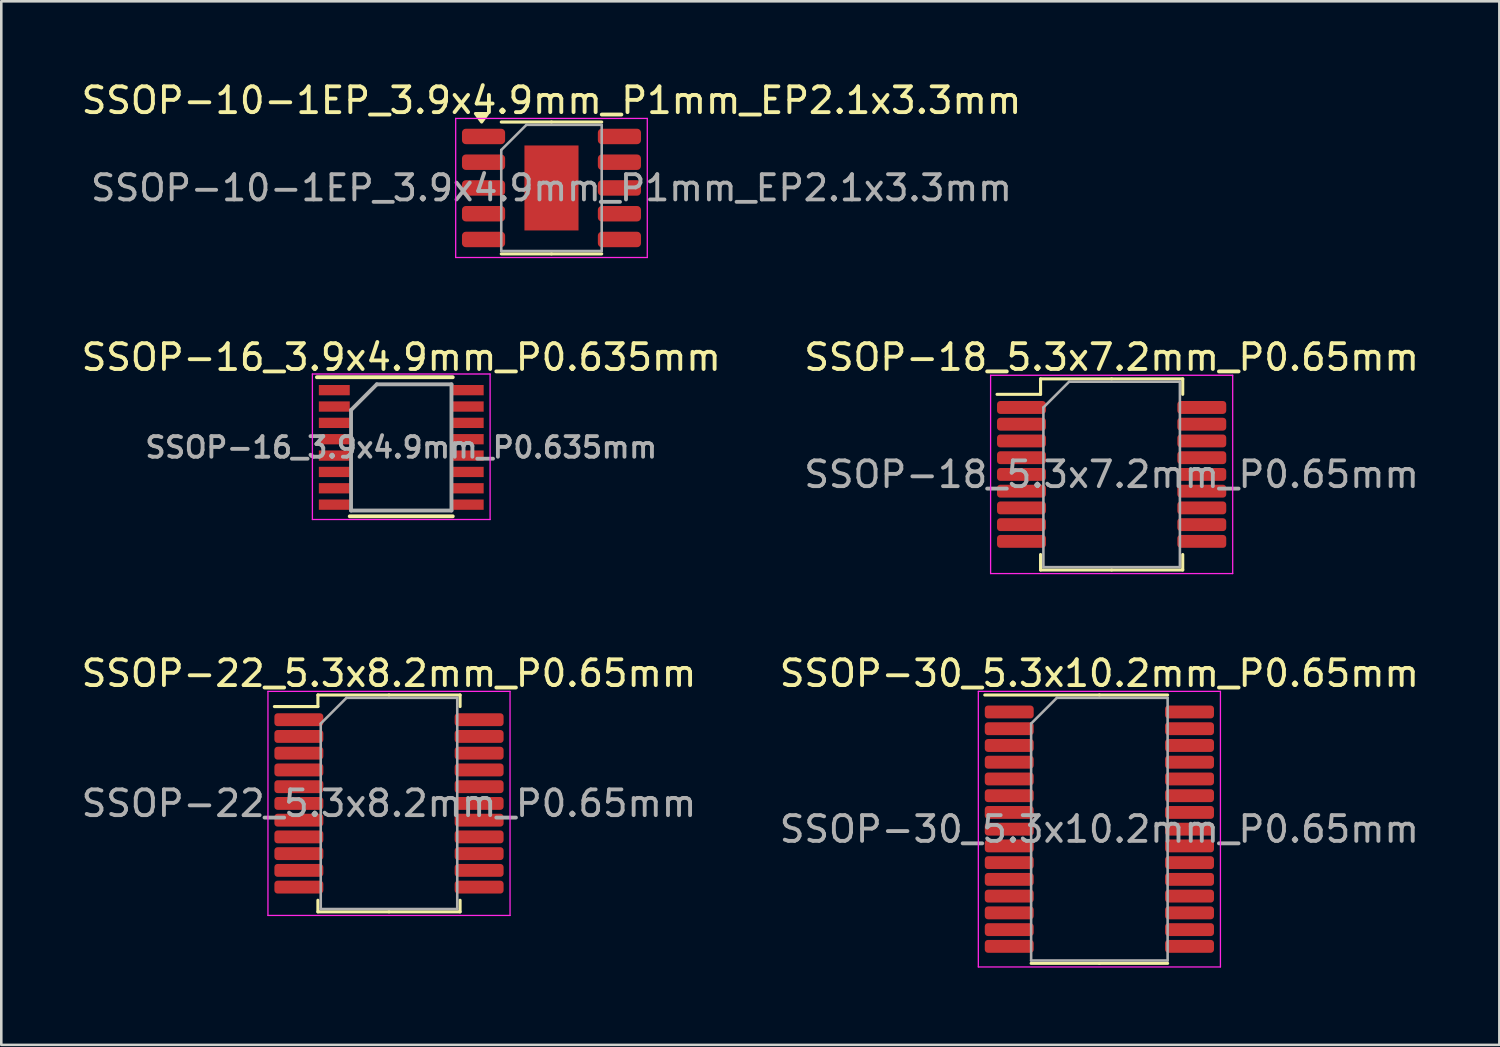
<source format=kicad_pcb>
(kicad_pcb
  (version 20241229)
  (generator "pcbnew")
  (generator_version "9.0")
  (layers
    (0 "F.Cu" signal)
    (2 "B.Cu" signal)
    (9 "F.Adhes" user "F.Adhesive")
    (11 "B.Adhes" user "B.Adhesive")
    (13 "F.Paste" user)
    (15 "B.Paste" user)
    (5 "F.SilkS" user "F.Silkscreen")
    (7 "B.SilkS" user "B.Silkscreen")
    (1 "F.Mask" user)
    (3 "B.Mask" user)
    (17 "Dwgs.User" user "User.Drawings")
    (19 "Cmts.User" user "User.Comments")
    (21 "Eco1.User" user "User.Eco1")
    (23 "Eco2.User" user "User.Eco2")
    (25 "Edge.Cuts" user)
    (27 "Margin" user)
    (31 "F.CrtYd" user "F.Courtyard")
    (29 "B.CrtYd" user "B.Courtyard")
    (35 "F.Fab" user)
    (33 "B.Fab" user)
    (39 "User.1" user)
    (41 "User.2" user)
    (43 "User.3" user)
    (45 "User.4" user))
  (footprint "SSOP-30_5.3x10.2mm_P0.65mm"
    (layer "F.Cu")
    (at 39.637 29.145)
    (property "Reference" "SSOP-30_5.3x10.2mm_P0.65mm" (at 0 -6.05 0) (layer "F.SilkS") (effects (font (size 1 1) (thickness 0.15))))
    (attr smd)
    (fp_line (start 0 -5.21) (end -4.45 -5.21) (stroke (width 0.12) (type solid)) (layer "F.SilkS"))
    (fp_line (start 0 -5.21) (end 2.65 -5.21) (stroke (width 0.12) (type solid)) (layer "F.SilkS"))
    (fp_line (start 0 5.21) (end -2.65 5.21) (stroke (width 0.12) (type solid)) (layer "F.SilkS"))
    (fp_line (start 0 5.21) (end 2.65 5.21) (stroke (width 0.12) (type solid)) (layer "F.SilkS"))
    (fp_line (start -4.7 -5.35) (end -4.7 5.35) (stroke (width 0.05) (type solid)) (layer "F.CrtYd"))
    (fp_line (start -4.7 5.35) (end 4.7 5.35) (stroke (width 0.05) (type solid)) (layer "F.CrtYd"))
    (fp_line (start 4.7 -5.35) (end -4.7 -5.35) (stroke (width 0.05) (type solid)) (layer "F.CrtYd"))
    (fp_line (start 4.7 5.35) (end 4.7 -5.35) (stroke (width 0.05) (type solid)) (layer "F.CrtYd"))
    (fp_line (start -2.65 -4.1) (end -1.65 -5.1) (stroke (width 0.1) (type solid)) (layer "F.Fab"))
    (fp_line (start -2.65 5.1) (end -2.65 -4.1) (stroke (width 0.1) (type solid)) (layer "F.Fab"))
    (fp_line (start -1.65 -5.1) (end 2.65 -5.1) (stroke (width 0.1) (type solid)) (layer "F.Fab"))
    (fp_line (start 2.65 -5.1) (end 2.65 5.1) (stroke (width 0.1) (type solid)) (layer "F.Fab"))
    (fp_line (start 2.65 5.1) (end -2.65 5.1) (stroke (width 0.1) (type solid)) (layer "F.Fab"))
    (fp_text user "${REFERENCE}" (at 0 0 0) (layer "F.Fab") (effects (font (size 1 1) (thickness 0.15))))
    (pad "1" smd roundrect (at -3.5 -4.55) (size 1.9 0.5) (layers "F.Cu" "F.Mask" "F.Paste") (roundrect_rratio 0.25))
    (pad "2" smd roundrect (at -3.5 -3.9) (size 1.9 0.5) (layers "F.Cu" "F.Mask" "F.Paste") (roundrect_rratio 0.25))
    (pad "3" smd roundrect (at -3.5 -3.25) (size 1.9 0.5) (layers "F.Cu" "F.Mask" "F.Paste") (roundrect_rratio 0.25))
    (pad "4" smd roundrect (at -3.5 -2.6) (size 1.9 0.5) (layers "F.Cu" "F.Mask" "F.Paste") (roundrect_rratio 0.25))
    (pad "5" smd roundrect (at -3.5 -1.95) (size 1.9 0.5) (layers "F.Cu" "F.Mask" "F.Paste") (roundrect_rratio 0.25))
    (pad "6" smd roundrect (at -3.5 -1.3) (size 1.9 0.5) (layers "F.Cu" "F.Mask" "F.Paste") (roundrect_rratio 0.25))
    (pad "7" smd roundrect (at -3.5 -0.65) (size 1.9 0.5) (layers "F.Cu" "F.Mask" "F.Paste") (roundrect_rratio 0.25))
    (pad "8" smd roundrect (at -3.5 0) (size 1.9 0.5) (layers "F.Cu" "F.Mask" "F.Paste") (roundrect_rratio 0.25))
    (pad "9" smd roundrect (at -3.5 0.65) (size 1.9 0.5) (layers "F.Cu" "F.Mask" "F.Paste") (roundrect_rratio 0.25))
    (pad "10" smd roundrect (at -3.5 1.3) (size 1.9 0.5) (layers "F.Cu" "F.Mask" "F.Paste") (roundrect_rratio 0.25))
    (pad "11" smd roundrect (at -3.5 1.95) (size 1.9 0.5) (layers "F.Cu" "F.Mask" "F.Paste") (roundrect_rratio 0.25))
    (pad "12" smd roundrect (at -3.5 2.6) (size 1.9 0.5) (layers "F.Cu" "F.Mask" "F.Paste") (roundrect_rratio 0.25))
    (pad "13" smd roundrect (at -3.5 3.25) (size 1.9 0.5) (layers "F.Cu" "F.Mask" "F.Paste") (roundrect_rratio 0.25))
    (pad "14" smd roundrect (at -3.5 3.9) (size 1.9 0.5) (layers "F.Cu" "F.Mask" "F.Paste") (roundrect_rratio 0.25))
    (pad "15" smd roundrect (at -3.5 4.55) (size 1.9 0.5) (layers "F.Cu" "F.Mask" "F.Paste") (roundrect_rratio 0.25))
    (pad "16" smd roundrect (at 3.5 4.55) (size 1.9 0.5) (layers "F.Cu" "F.Mask" "F.Paste") (roundrect_rratio 0.25))
    (pad "17" smd roundrect (at 3.5 3.9) (size 1.9 0.5) (layers "F.Cu" "F.Mask" "F.Paste") (roundrect_rratio 0.25))
    (pad "18" smd roundrect (at 3.5 3.25) (size 1.9 0.5) (layers "F.Cu" "F.Mask" "F.Paste") (roundrect_rratio 0.25))
    (pad "19" smd roundrect (at 3.5 2.6) (size 1.9 0.5) (layers "F.Cu" "F.Mask" "F.Paste") (roundrect_rratio 0.25))
    (pad "20" smd roundrect (at 3.5 1.95) (size 1.9 0.5) (layers "F.Cu" "F.Mask" "F.Paste") (roundrect_rratio 0.25))
    (pad "21" smd roundrect (at 3.5 1.3) (size 1.9 0.5) (layers "F.Cu" "F.Mask" "F.Paste") (roundrect_rratio 0.25))
    (pad "22" smd roundrect (at 3.5 0.65) (size 1.9 0.5) (layers "F.Cu" "F.Mask" "F.Paste") (roundrect_rratio 0.25))
    (pad "23" smd roundrect (at 3.5 0) (size 1.9 0.5) (layers "F.Cu" "F.Mask" "F.Paste") (roundrect_rratio 0.25))
    (pad "24" smd roundrect (at 3.5 -0.65) (size 1.9 0.5) (layers "F.Cu" "F.Mask" "F.Paste") (roundrect_rratio 0.25))
    (pad "25" smd roundrect (at 3.5 -1.3) (size 1.9 0.5) (layers "F.Cu" "F.Mask" "F.Paste") (roundrect_rratio 0.25))
    (pad "26" smd roundrect (at 3.5 -1.95) (size 1.9 0.5) (layers "F.Cu" "F.Mask" "F.Paste") (roundrect_rratio 0.25))
    (pad "27" smd roundrect (at 3.5 -2.6) (size 1.9 0.5) (layers "F.Cu" "F.Mask" "F.Paste") (roundrect_rratio 0.25))
    (pad "28" smd roundrect (at 3.5 -3.25) (size 1.9 0.5) (layers "F.Cu" "F.Mask" "F.Paste") (roundrect_rratio 0.25))
    (pad "29" smd roundrect (at 3.5 -3.9) (size 1.9 0.5) (layers "F.Cu" "F.Mask" "F.Paste") (roundrect_rratio 0.25))
    (pad "30" smd roundrect (at 3.5 -4.55) (size 1.9 0.5) (layers "F.Cu" "F.Mask" "F.Paste") (roundrect_rratio 0.25)))
  (footprint "SSOP-18_5.3x7.2mm_P0.65mm"
    (layer "F.Cu")
    (at 40.113 15.371)
    (property "Reference" "SSOP-18_5.3x7.2mm_P0.65mm" (at 0 -4.55 0) (layer "F.SilkS") (effects (font (size 1 1) (thickness 0.15))))
    (attr smd)
    (fp_line (start -2.76 -3.71) (end -2.76 -3.11) (stroke (width 0.12) (type solid)) (layer "F.SilkS"))
    (fp_line (start -2.76 -3.11) (end -4.45 -3.11) (stroke (width 0.12) (type solid)) (layer "F.SilkS"))
    (fp_line (start -2.76 3.71) (end -2.76 3.11) (stroke (width 0.12) (type solid)) (layer "F.SilkS"))
    (fp_line (start 0 -3.71) (end -2.76 -3.71) (stroke (width 0.12) (type solid)) (layer "F.SilkS"))
    (fp_line (start 0 -3.71) (end 2.76 -3.71) (stroke (width 0.12) (type solid)) (layer "F.SilkS"))
    (fp_line (start 0 3.71) (end -2.76 3.71) (stroke (width 0.12) (type solid)) (layer "F.SilkS"))
    (fp_line (start 0 3.71) (end 2.76 3.71) (stroke (width 0.12) (type solid)) (layer "F.SilkS"))
    (fp_line (start 2.76 -3.71) (end 2.76 -3.11) (stroke (width 0.12) (type solid)) (layer "F.SilkS"))
    (fp_line (start 2.76 3.71) (end 2.76 3.11) (stroke (width 0.12) (type solid)) (layer "F.SilkS"))
    (fp_line (start -4.7 -3.85) (end -4.7 3.85) (stroke (width 0.05) (type solid)) (layer "F.CrtYd"))
    (fp_line (start -4.7 3.85) (end 4.7 3.85) (stroke (width 0.05) (type solid)) (layer "F.CrtYd"))
    (fp_line (start 4.7 -3.85) (end -4.7 -3.85) (stroke (width 0.05) (type solid)) (layer "F.CrtYd"))
    (fp_line (start 4.7 3.85) (end 4.7 -3.85) (stroke (width 0.05) (type solid)) (layer "F.CrtYd"))
    (fp_line (start -2.65 -2.6) (end -1.65 -3.6) (stroke (width 0.1) (type solid)) (layer "F.Fab"))
    (fp_line (start -2.65 3.6) (end -2.65 -2.6) (stroke (width 0.1) (type solid)) (layer "F.Fab"))
    (fp_line (start -1.65 -3.6) (end 2.65 -3.6) (stroke (width 0.1) (type solid)) (layer "F.Fab"))
    (fp_line (start 2.65 -3.6) (end 2.65 3.6) (stroke (width 0.1) (type solid)) (layer "F.Fab"))
    (fp_line (start 2.65 3.6) (end -2.65 3.6) (stroke (width 0.1) (type solid)) (layer "F.Fab"))
    (fp_text user "${REFERENCE}" (at 0 0 0) (layer "F.Fab") (effects (font (size 1 1) (thickness 0.15))))
    (pad "1" smd roundrect (at -3.5 -2.6) (size 1.9 0.5) (layers "F.Cu" "F.Mask" "F.Paste") (roundrect_rratio 0.25))
    (pad "2" smd roundrect (at -3.5 -1.95) (size 1.9 0.5) (layers "F.Cu" "F.Mask" "F.Paste") (roundrect_rratio 0.25))
    (pad "3" smd roundrect (at -3.5 -1.3) (size 1.9 0.5) (layers "F.Cu" "F.Mask" "F.Paste") (roundrect_rratio 0.25))
    (pad "4" smd roundrect (at -3.5 -0.65) (size 1.9 0.5) (layers "F.Cu" "F.Mask" "F.Paste") (roundrect_rratio 0.25))
    (pad "5" smd roundrect (at -3.5 0) (size 1.9 0.5) (layers "F.Cu" "F.Mask" "F.Paste") (roundrect_rratio 0.25))
    (pad "6" smd roundrect (at -3.5 0.65) (size 1.9 0.5) (layers "F.Cu" "F.Mask" "F.Paste") (roundrect_rratio 0.25))
    (pad "7" smd roundrect (at -3.5 1.3) (size 1.9 0.5) (layers "F.Cu" "F.Mask" "F.Paste") (roundrect_rratio 0.25))
    (pad "8" smd roundrect (at -3.5 1.95) (size 1.9 0.5) (layers "F.Cu" "F.Mask" "F.Paste") (roundrect_rratio 0.25))
    (pad "9" smd roundrect (at -3.5 2.6) (size 1.9 0.5) (layers "F.Cu" "F.Mask" "F.Paste") (roundrect_rratio 0.25))
    (pad "10" smd roundrect (at 3.5 2.6) (size 1.9 0.5) (layers "F.Cu" "F.Mask" "F.Paste") (roundrect_rratio 0.25))
    (pad "11" smd roundrect (at 3.5 1.95) (size 1.9 0.5) (layers "F.Cu" "F.Mask" "F.Paste") (roundrect_rratio 0.25))
    (pad "12" smd roundrect (at 3.5 1.3) (size 1.9 0.5) (layers "F.Cu" "F.Mask" "F.Paste") (roundrect_rratio 0.25))
    (pad "13" smd roundrect (at 3.5 0.65) (size 1.9 0.5) (layers "F.Cu" "F.Mask" "F.Paste") (roundrect_rratio 0.25))
    (pad "14" smd roundrect (at 3.5 0) (size 1.9 0.5) (layers "F.Cu" "F.Mask" "F.Paste") (roundrect_rratio 0.25))
    (pad "15" smd roundrect (at 3.5 -0.65) (size 1.9 0.5) (layers "F.Cu" "F.Mask" "F.Paste") (roundrect_rratio 0.25))
    (pad "16" smd roundrect (at 3.5 -1.3) (size 1.9 0.5) (layers "F.Cu" "F.Mask" "F.Paste") (roundrect_rratio 0.25))
    (pad "17" smd roundrect (at 3.5 -1.95) (size 1.9 0.5) (layers "F.Cu" "F.Mask" "F.Paste") (roundrect_rratio 0.25))
    (pad "18" smd roundrect (at 3.5 -2.6) (size 1.9 0.5) (layers "F.Cu" "F.Mask" "F.Paste") (roundrect_rratio 0.25)))
  (footprint "SSOP-16_3.9x4.9mm_P0.635mm"
    (layer "F.Cu")
    (at 12.53 14.322)
    (property "Reference" "SSOP-16_3.9x4.9mm_P0.635mm" (at 0 -3.5 0) (layer "F.SilkS") (effects (font (size 1 1) (thickness 0.15))))
    (attr smd)
    (fp_line (start -3.275 -2.725) (end 2 -2.725) (stroke (width 0.15) (type solid)) (layer "F.SilkS"))
    (fp_line (start -2 2.675) (end 2 2.675) (stroke (width 0.15) (type solid)) (layer "F.SilkS"))
    (fp_line (start -3.45 -2.85) (end -3.45 2.8) (stroke (width 0.05) (type solid)) (layer "F.CrtYd"))
    (fp_line (start -3.45 -2.85) (end 3.45 -2.85) (stroke (width 0.05) (type solid)) (layer "F.CrtYd"))
    (fp_line (start -3.45 2.8) (end 3.45 2.8) (stroke (width 0.05) (type solid)) (layer "F.CrtYd"))
    (fp_line (start 3.45 -2.85) (end 3.45 2.8) (stroke (width 0.05) (type solid)) (layer "F.CrtYd"))
    (fp_line (start -1.95 -1.45) (end -0.95 -2.45) (stroke (width 0.15) (type solid)) (layer "F.Fab"))
    (fp_line (start -1.95 2.45) (end -1.95 -1.45) (stroke (width 0.15) (type solid)) (layer "F.Fab"))
    (fp_line (start -0.95 -2.45) (end 1.95 -2.45) (stroke (width 0.15) (type solid)) (layer "F.Fab"))
    (fp_line (start 1.95 -2.45) (end 1.95 2.45) (stroke (width 0.15) (type solid)) (layer "F.Fab"))
    (fp_line (start 1.95 2.45) (end -1.95 2.45) (stroke (width 0.15) (type solid)) (layer "F.Fab"))
    (fp_text user "${REFERENCE}" (at 0 0 0) (layer "F.Fab") (effects (font (size 0.8 0.8) (thickness 0.15))))
    (pad "1" smd rect (at -2.6 -2.223) (size 1.2 0.4) (layers "F.Cu" "F.Mask" "F.Paste"))
    (pad "2" smd rect (at -2.6 -1.587) (size 1.2 0.4) (layers "F.Cu" "F.Mask" "F.Paste"))
    (pad "3" smd rect (at -2.6 -0.953) (size 1.2 0.4) (layers "F.Cu" "F.Mask" "F.Paste"))
    (pad "4" smd rect (at -2.6 -0.318) (size 1.2 0.4) (layers "F.Cu" "F.Mask" "F.Paste"))
    (pad "5" smd rect (at -2.6 0.318) (size 1.2 0.4) (layers "F.Cu" "F.Mask" "F.Paste"))
    (pad "6" smd rect (at -2.6 0.953) (size 1.2 0.4) (layers "F.Cu" "F.Mask" "F.Paste"))
    (pad "7" smd rect (at -2.6 1.587) (size 1.2 0.4) (layers "F.Cu" "F.Mask" "F.Paste"))
    (pad "8" smd rect (at -2.6 2.223) (size 1.2 0.4) (layers "F.Cu" "F.Mask" "F.Paste"))
    (pad "9" smd rect (at 2.6 2.223) (size 1.2 0.4) (layers "F.Cu" "F.Mask" "F.Paste"))
    (pad "10" smd rect (at 2.6 1.587) (size 1.2 0.4) (layers "F.Cu" "F.Mask" "F.Paste"))
    (pad "11" smd rect (at 2.6 0.953) (size 1.2 0.4) (layers "F.Cu" "F.Mask" "F.Paste"))
    (pad "12" smd rect (at 2.6 0.318) (size 1.2 0.4) (layers "F.Cu" "F.Mask" "F.Paste"))
    (pad "13" smd rect (at 2.6 -0.318) (size 1.2 0.4) (layers "F.Cu" "F.Mask" "F.Paste"))
    (pad "14" smd rect (at 2.6 -0.953) (size 1.2 0.4) (layers "F.Cu" "F.Mask" "F.Paste"))
    (pad "15" smd rect (at 2.6 -1.587) (size 1.2 0.4) (layers "F.Cu" "F.Mask" "F.Paste"))
    (pad "16" smd rect (at 2.6 -2.223) (size 1.2 0.4) (layers "F.Cu" "F.Mask" "F.Paste")))
  (footprint "SSOP-10-1EP_3.9x4.9mm_P1mm_EP2.1x3.3mm"
    (layer "F.Cu")
    (at 18.363 4.248)
    (property "Reference" "SSOP-10-1EP_3.9x4.9mm_P1mm_EP2.1x3.3mm" (at 0 -3.4 0) (layer "F.SilkS") (effects (font (size 1 1) (thickness 0.15))))
    (attr smd)
    (fp_line (start 0 -2.56) (end -1.95 -2.56) (stroke (width 0.12) (type solid)) (layer "F.SilkS"))
    (fp_line (start 0 -2.56) (end 1.95 -2.56) (stroke (width 0.12) (type solid)) (layer "F.SilkS"))
    (fp_line (start 0 2.56) (end -1.95 2.56) (stroke (width 0.12) (type solid)) (layer "F.SilkS"))
    (fp_line (start 0 2.56) (end 1.95 2.56) (stroke (width 0.12) (type solid)) (layer "F.SilkS"))
    (fp_poly (pts (xy -2.712 -2.56) (xy -2.953 -2.89) (xy -2.473 -2.89) (xy -2.712 -2.56)) (stroke (width 0.12) (type solid)) (fill yes) (layer "F.SilkS"))
    (fp_line (start -3.72 -2.7) (end -3.72 2.7) (stroke (width 0.05) (type solid)) (layer "F.CrtYd"))
    (fp_line (start -3.72 2.7) (end 3.72 2.7) (stroke (width 0.05) (type solid)) (layer "F.CrtYd"))
    (fp_line (start 3.72 -2.7) (end -3.72 -2.7) (stroke (width 0.05) (type solid)) (layer "F.CrtYd"))
    (fp_line (start 3.72 2.7) (end 3.72 -2.7) (stroke (width 0.05) (type solid)) (layer "F.CrtYd"))
    (fp_line (start -1.95 -1.475) (end -0.975 -2.45) (stroke (width 0.1) (type solid)) (layer "F.Fab"))
    (fp_line (start -1.95 2.45) (end -1.95 -1.475) (stroke (width 0.1) (type solid)) (layer "F.Fab"))
    (fp_line (start -0.975 -2.45) (end 1.95 -2.45) (stroke (width 0.1) (type solid)) (layer "F.Fab"))
    (fp_line (start 1.95 -2.45) (end 1.95 2.45) (stroke (width 0.1) (type solid)) (layer "F.Fab"))
    (fp_line (start 1.95 2.45) (end -1.95 2.45) (stroke (width 0.1) (type solid)) (layer "F.Fab"))
    (fp_text user "${REFERENCE}" (at 0 0 0) (layer "F.Fab") (effects (font (size 0.98 0.98) (thickness 0.15))))
    (pad "" smd roundrect (at 0 0) (size 1.69 2.66) (layers "F.Paste") (roundrect_rratio 0.148))
    (pad "1" smd roundrect (at -2.638 -2) (size 1.675 0.6) (layers "F.Cu" "F.Mask" "F.Paste") (roundrect_rratio 0.25))
    (pad "2" smd roundrect (at -2.638 -1) (size 1.675 0.6) (layers "F.Cu" "F.Mask" "F.Paste") (roundrect_rratio 0.25))
    (pad "3" smd roundrect (at -2.638 0) (size 1.675 0.6) (layers "F.Cu" "F.Mask" "F.Paste") (roundrect_rratio 0.25))
    (pad "4" smd roundrect (at -2.638 1) (size 1.675 0.6) (layers "F.Cu" "F.Mask" "F.Paste") (roundrect_rratio 0.25))
    (pad "5" smd roundrect (at -2.638 2) (size 1.675 0.6) (layers "F.Cu" "F.Mask" "F.Paste") (roundrect_rratio 0.25))
    (pad "6" smd roundrect (at 2.638 2) (size 1.675 0.6) (layers "F.Cu" "F.Mask" "F.Paste") (roundrect_rratio 0.25))
    (pad "7" smd roundrect (at 2.638 1) (size 1.675 0.6) (layers "F.Cu" "F.Mask" "F.Paste") (roundrect_rratio 0.25))
    (pad "8" smd roundrect (at 2.638 0) (size 1.675 0.6) (layers "F.Cu" "F.Mask" "F.Paste") (roundrect_rratio 0.25))
    (pad "9" smd roundrect (at 2.638 -1) (size 1.675 0.6) (layers "F.Cu" "F.Mask" "F.Paste") (roundrect_rratio 0.25))
    (pad "10" smd roundrect (at 2.638 -2) (size 1.675 0.6) (layers "F.Cu" "F.Mask" "F.Paste") (roundrect_rratio 0.25))
    (pad "11" smd rect (at 0 0) (size 2.1 3.3) (property pad_prop_heatsink) (layers "F.Cu" "F.Mask")))
  (footprint "SSOP-22_5.3x8.2mm_P0.65mm"
    (layer "F.Cu")
    (at 12.054 28.145)
    (property "Reference" "SSOP-22_5.3x8.2mm_P0.65mm" (at 0 -5.05 0) (layer "F.SilkS") (effects (font (size 1 1) (thickness 0.15))))
    (attr smd)
    (fp_line (start -2.76 -4.21) (end -2.76 -3.76) (stroke (width 0.12) (type solid)) (layer "F.SilkS"))
    (fp_line (start -2.76 -3.76) (end -4.45 -3.76) (stroke (width 0.12) (type solid)) (layer "F.SilkS"))
    (fp_line (start -2.76 4.21) (end -2.76 3.76) (stroke (width 0.12) (type solid)) (layer "F.SilkS"))
    (fp_line (start 0 -4.21) (end -2.76 -4.21) (stroke (width 0.12) (type solid)) (layer "F.SilkS"))
    (fp_line (start 0 -4.21) (end 2.76 -4.21) (stroke (width 0.12) (type solid)) (layer "F.SilkS"))
    (fp_line (start 0 4.21) (end -2.76 4.21) (stroke (width 0.12) (type solid)) (layer "F.SilkS"))
    (fp_line (start 0 4.21) (end 2.76 4.21) (stroke (width 0.12) (type solid)) (layer "F.SilkS"))
    (fp_line (start 2.76 -4.21) (end 2.76 -3.76) (stroke (width 0.12) (type solid)) (layer "F.SilkS"))
    (fp_line (start 2.76 4.21) (end 2.76 3.76) (stroke (width 0.12) (type solid)) (layer "F.SilkS"))
    (fp_line (start -4.7 -4.35) (end -4.7 4.35) (stroke (width 0.05) (type solid)) (layer "F.CrtYd"))
    (fp_line (start -4.7 4.35) (end 4.7 4.35) (stroke (width 0.05) (type solid)) (layer "F.CrtYd"))
    (fp_line (start 4.7 -4.35) (end -4.7 -4.35) (stroke (width 0.05) (type solid)) (layer "F.CrtYd"))
    (fp_line (start 4.7 4.35) (end 4.7 -4.35) (stroke (width 0.05) (type solid)) (layer "F.CrtYd"))
    (fp_line (start -2.65 -3.1) (end -1.65 -4.1) (stroke (width 0.1) (type solid)) (layer "F.Fab"))
    (fp_line (start -2.65 4.1) (end -2.65 -3.1) (stroke (width 0.1) (type solid)) (layer "F.Fab"))
    (fp_line (start -1.65 -4.1) (end 2.65 -4.1) (stroke (width 0.1) (type solid)) (layer "F.Fab"))
    (fp_line (start 2.65 -4.1) (end 2.65 4.1) (stroke (width 0.1) (type solid)) (layer "F.Fab"))
    (fp_line (start 2.65 4.1) (end -2.65 4.1) (stroke (width 0.1) (type solid)) (layer "F.Fab"))
    (fp_text user "${REFERENCE}" (at 0 0 0) (layer "F.Fab") (effects (font (size 1 1) (thickness 0.15))))
    (pad "1" smd roundrect (at -3.5 -3.25) (size 1.9 0.5) (layers "F.Cu" "F.Mask" "F.Paste") (roundrect_rratio 0.25))
    (pad "2" smd roundrect (at -3.5 -2.6) (size 1.9 0.5) (layers "F.Cu" "F.Mask" "F.Paste") (roundrect_rratio 0.25))
    (pad "3" smd roundrect (at -3.5 -1.95) (size 1.9 0.5) (layers "F.Cu" "F.Mask" "F.Paste") (roundrect_rratio 0.25))
    (pad "4" smd roundrect (at -3.5 -1.3) (size 1.9 0.5) (layers "F.Cu" "F.Mask" "F.Paste") (roundrect_rratio 0.25))
    (pad "5" smd roundrect (at -3.5 -0.65) (size 1.9 0.5) (layers "F.Cu" "F.Mask" "F.Paste") (roundrect_rratio 0.25))
    (pad "6" smd roundrect (at -3.5 0) (size 1.9 0.5) (layers "F.Cu" "F.Mask" "F.Paste") (roundrect_rratio 0.25))
    (pad "7" smd roundrect (at -3.5 0.65) (size 1.9 0.5) (layers "F.Cu" "F.Mask" "F.Paste") (roundrect_rratio 0.25))
    (pad "8" smd roundrect (at -3.5 1.3) (size 1.9 0.5) (layers "F.Cu" "F.Mask" "F.Paste") (roundrect_rratio 0.25))
    (pad "9" smd roundrect (at -3.5 1.95) (size 1.9 0.5) (layers "F.Cu" "F.Mask" "F.Paste") (roundrect_rratio 0.25))
    (pad "10" smd roundrect (at -3.5 2.6) (size 1.9 0.5) (layers "F.Cu" "F.Mask" "F.Paste") (roundrect_rratio 0.25))
    (pad "11" smd roundrect (at -3.5 3.25) (size 1.9 0.5) (layers "F.Cu" "F.Mask" "F.Paste") (roundrect_rratio 0.25))
    (pad "12" smd roundrect (at 3.5 3.25) (size 1.9 0.5) (layers "F.Cu" "F.Mask" "F.Paste") (roundrect_rratio 0.25))
    (pad "13" smd roundrect (at 3.5 2.6) (size 1.9 0.5) (layers "F.Cu" "F.Mask" "F.Paste") (roundrect_rratio 0.25))
    (pad "14" smd roundrect (at 3.5 1.95) (size 1.9 0.5) (layers "F.Cu" "F.Mask" "F.Paste") (roundrect_rratio 0.25))
    (pad "15" smd roundrect (at 3.5 1.3) (size 1.9 0.5) (layers "F.Cu" "F.Mask" "F.Paste") (roundrect_rratio 0.25))
    (pad "16" smd roundrect (at 3.5 0.65) (size 1.9 0.5) (layers "F.Cu" "F.Mask" "F.Paste") (roundrect_rratio 0.25))
    (pad "17" smd roundrect (at 3.5 0) (size 1.9 0.5) (layers "F.Cu" "F.Mask" "F.Paste") (roundrect_rratio 0.25))
    (pad "18" smd roundrect (at 3.5 -0.65) (size 1.9 0.5) (layers "F.Cu" "F.Mask" "F.Paste") (roundrect_rratio 0.25))
    (pad "19" smd roundrect (at 3.5 -1.3) (size 1.9 0.5) (layers "F.Cu" "F.Mask" "F.Paste") (roundrect_rratio 0.25))
    (pad "20" smd roundrect (at 3.5 -1.95) (size 1.9 0.5) (layers "F.Cu" "F.Mask" "F.Paste") (roundrect_rratio 0.25))
    (pad "21" smd roundrect (at 3.5 -2.6) (size 1.9 0.5) (layers "F.Cu" "F.Mask" "F.Paste") (roundrect_rratio 0.25))
    (pad "22" smd roundrect (at 3.5 -3.25) (size 1.9 0.5) (layers "F.Cu" "F.Mask" "F.Paste") (roundrect_rratio 0.25)))
  (gr_rect
    (start -3 -3)
    (end 55.167 37.52)
    (stroke (width 0.1) (type default))
    (fill no)
    (layer "Edge.Cuts")))
</source>
